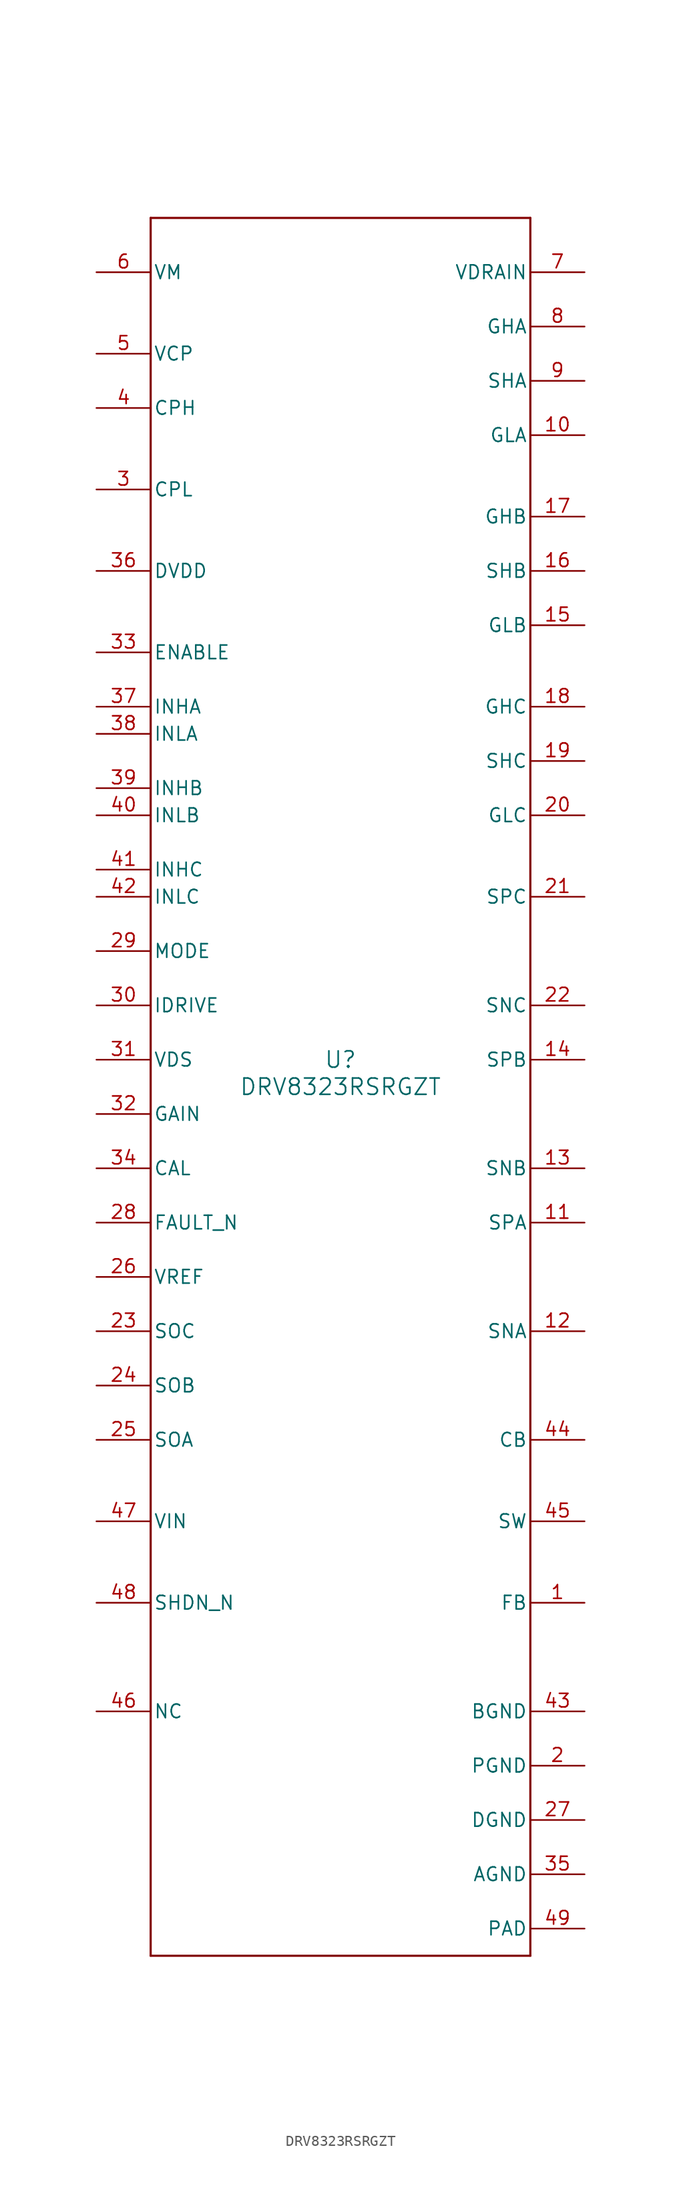
<source format=kicad_sym>
(kicad_symbol_lib
  (version 20211014)
  (generator kicad_symbol_editor)
  (symbol "DRV8323RSRGZT"
    (pin_names
      (offset 0.254))
    (property "Reference" "U"
      (at 0 2.54 0)
      (effects (font (size 1.524 1.524))))
    (property "Value" "DRV8323RSRGZT"
      (at 0 0 0)
      (effects (font (size 1.524 1.524))))
    (symbol "DRV8323RSRGZT_0_1"
      (polyline (pts (xy -17.78 -81.28) (xy 17.78 -81.28)) (stroke (width 0.203) (type default) (color 0 0 0 0)) (fill (type none)))
      (polyline (pts (xy 17.78 -81.28) (xy 17.78 81.28)) (stroke (width 0.203) (type default) (color 0 0 0 0)) (fill (type none)))
      (polyline (pts (xy 17.78 81.28) (xy -17.78 81.28)) (stroke (width 0.203) (type default) (color 0 0 0 0)) (fill (type none)))
      (polyline (pts (xy -17.78 81.28) (xy -17.78 -81.28)) (stroke (width 0.203) (type default) (color 0 0 0 0)) (fill (type none)))
      (pin input line (at 22.86 -48.26 180) (length 5.08) (name "FB" (effects (font (size 1.27 1.27)))) (number "1" (effects (font (size 1.27 1.27)))))
      (pin power_in line (at 22.86 -63.5 180) (length 5.08) (name "PGND" (effects (font (size 1.27 1.27)))) (number "2" (effects (font (size 1.27 1.27)))))
      (pin unspecified line (at -22.86 55.88 0) (length 5.08) (name "CPL" (effects (font (size 1.27 1.27)))) (number "3" (effects (font (size 1.27 1.27)))))
      (pin unspecified line (at -22.86 63.5 0) (length 5.08) (name "CPH" (effects (font (size 1.27 1.27)))) (number "4" (effects (font (size 1.27 1.27)))))
      (pin power_in line (at -22.86 68.58 0) (length 5.08) (name "VCP" (effects (font (size 1.27 1.27)))) (number "5" (effects (font (size 1.27 1.27)))))
      (pin power_in line (at -22.86 76.2 0) (length 5.08) (name "VM" (effects (font (size 1.27 1.27)))) (number "6" (effects (font (size 1.27 1.27)))))
      (pin input line (at 22.86 76.2 180) (length 5.08) (name "VDRAIN" (effects (font (size 1.27 1.27)))) (number "7" (effects (font (size 1.27 1.27)))))
      (pin output line (at 22.86 71.12 180) (length 5.08) (name "GHA" (effects (font (size 1.27 1.27)))) (number "8" (effects (font (size 1.27 1.27)))))
      (pin input line (at 22.86 66.04 180) (length 5.08) (name "SHA" (effects (font (size 1.27 1.27)))) (number "9" (effects (font (size 1.27 1.27)))))
      (pin output line (at 22.86 60.96 180) (length 5.08) (name "GLA" (effects (font (size 1.27 1.27)))) (number "10" (effects (font (size 1.27 1.27)))))
      (pin input line (at 22.86 -12.7 180) (length 5.08) (name "SPA" (effects (font (size 1.27 1.27)))) (number "11" (effects (font (size 1.27 1.27)))))
      (pin input line (at 22.86 -22.86 180) (length 5.08) (name "SNA" (effects (font (size 1.27 1.27)))) (number "12" (effects (font (size 1.27 1.27)))))
      (pin input line (at 22.86 -7.62 180) (length 5.08) (name "SNB" (effects (font (size 1.27 1.27)))) (number "13" (effects (font (size 1.27 1.27)))))
      (pin input line (at 22.86 2.54 180) (length 5.08) (name "SPB" (effects (font (size 1.27 1.27)))) (number "14" (effects (font (size 1.27 1.27)))))
      (pin output line (at 22.86 43.18 180) (length 5.08) (name "GLB" (effects (font (size 1.27 1.27)))) (number "15" (effects (font (size 1.27 1.27)))))
      (pin input line (at 22.86 48.26 180) (length 5.08) (name "SHB" (effects (font (size 1.27 1.27)))) (number "16" (effects (font (size 1.27 1.27)))))
      (pin output line (at 22.86 53.34 180) (length 5.08) (name "GHB" (effects (font (size 1.27 1.27)))) (number "17" (effects (font (size 1.27 1.27)))))
      (pin output line (at 22.86 35.56 180) (length 5.08) (name "GHC" (effects (font (size 1.27 1.27)))) (number "18" (effects (font (size 1.27 1.27)))))
      (pin input line (at 22.86 30.48 180) (length 5.08) (name "SHC" (effects (font (size 1.27 1.27)))) (number "19" (effects (font (size 1.27 1.27)))))
      (pin output line (at 22.86 25.4 180) (length 5.08) (name "GLC" (effects (font (size 1.27 1.27)))) (number "20" (effects (font (size 1.27 1.27)))))
      (pin input line (at 22.86 17.78 180) (length 5.08) (name "SPC" (effects (font (size 1.27 1.27)))) (number "21" (effects (font (size 1.27 1.27)))))
      (pin input line (at 22.86 7.62 180) (length 5.08) (name "SNC" (effects (font (size 1.27 1.27)))) (number "22" (effects (font (size 1.27 1.27)))))
      (pin output line (at -22.86 -22.86 0) (length 5.08) (name "SOC" (effects (font (size 1.27 1.27)))) (number "23" (effects (font (size 1.27 1.27)))))
      (pin output line (at -22.86 -27.94 0) (length 5.08) (name "SOB" (effects (font (size 1.27 1.27)))) (number "24" (effects (font (size 1.27 1.27)))))
      (pin output line (at -22.86 -33.02 0) (length 5.08) (name "SOA" (effects (font (size 1.27 1.27)))) (number "25" (effects (font (size 1.27 1.27)))))
      (pin input line (at -22.86 -17.78 0) (length 5.08) (name "VREF" (effects (font (size 1.27 1.27)))) (number "26" (effects (font (size 1.27 1.27)))))
      (pin power_in line (at 22.86 -68.58 180) (length 5.08) (name "DGND" (effects (font (size 1.27 1.27)))) (number "27" (effects (font (size 1.27 1.27)))))
      (pin open_collector line (at -22.86 -12.7 0) (length 5.08) (name "FAULT_N" (effects (font (size 1.27 1.27)))) (number "28" (effects (font (size 1.27 1.27)))))
      (pin unspecified line (at -22.86 12.7 0) (length 5.08) (name "MODE" (effects (font (size 1.27 1.27)))) (number "29" (effects (font (size 1.27 1.27)))))
      (pin input line (at -22.86 7.62 0) (length 5.08) (name "IDRIVE" (effects (font (size 1.27 1.27)))) (number "30" (effects (font (size 1.27 1.27)))))
      (pin input line (at -22.86 2.54 0) (length 5.08) (name "VDS" (effects (font (size 1.27 1.27)))) (number "31" (effects (font (size 1.27 1.27)))))
      (pin input line (at -22.86 -2.54 0) (length 5.08) (name "GAIN" (effects (font (size 1.27 1.27)))) (number "32" (effects (font (size 1.27 1.27)))))
      (pin input line (at -22.86 40.64 0) (length 5.08) (name "ENABLE" (effects (font (size 1.27 1.27)))) (number "33" (effects (font (size 1.27 1.27)))))
      (pin input line (at -22.86 -7.62 0) (length 5.08) (name "CAL" (effects (font (size 1.27 1.27)))) (number "34" (effects (font (size 1.27 1.27)))))
      (pin power_in line (at 22.86 -73.66 180) (length 5.08) (name "AGND" (effects (font (size 1.27 1.27)))) (number "35" (effects (font (size 1.27 1.27)))))
      (pin power_in line (at -22.86 48.26 0) (length 5.08) (name "DVDD" (effects (font (size 1.27 1.27)))) (number "36" (effects (font (size 1.27 1.27)))))
      (pin input line (at -22.86 35.56 0) (length 5.08) (name "INHA" (effects (font (size 1.27 1.27)))) (number "37" (effects (font (size 1.27 1.27)))))
      (pin input line (at -22.86 33.02 0) (length 5.08) (name "INLA" (effects (font (size 1.27 1.27)))) (number "38" (effects (font (size 1.27 1.27)))))
      (pin input line (at -22.86 27.94 0) (length 5.08) (name "INHB" (effects (font (size 1.27 1.27)))) (number "39" (effects (font (size 1.27 1.27)))))
      (pin input line (at -22.86 25.4 0) (length 5.08) (name "INLB" (effects (font (size 1.27 1.27)))) (number "40" (effects (font (size 1.27 1.27)))))
      (pin input line (at -22.86 20.32 0) (length 5.08) (name "INHC" (effects (font (size 1.27 1.27)))) (number "41" (effects (font (size 1.27 1.27)))))
      (pin input line (at -22.86 17.78 0) (length 5.08) (name "INLC" (effects (font (size 1.27 1.27)))) (number "42" (effects (font (size 1.27 1.27)))))
      (pin power_in line (at 22.86 -58.42 180) (length 5.08) (name "BGND" (effects (font (size 1.27 1.27)))) (number "43" (effects (font (size 1.27 1.27)))))
      (pin power_in line (at 22.86 -33.02 180) (length 5.08) (name "CB" (effects (font (size 1.27 1.27)))) (number "44" (effects (font (size 1.27 1.27)))))
      (pin power_in line (at 22.86 -40.64 180) (length 5.08) (name "SW" (effects (font (size 1.27 1.27)))) (number "45" (effects (font (size 1.27 1.27)))))
      (pin unspecified line (at -22.86 -58.42 0) (length 5.08) (name "NC" (effects (font (size 1.27 1.27)))) (number "46" (effects (font (size 1.27 1.27)))))
      (pin power_in line (at -22.86 -40.64 0) (length 5.08) (name "VIN" (effects (font (size 1.27 1.27)))) (number "47" (effects (font (size 1.27 1.27)))))
      (pin input line (at -22.86 -48.26 0) (length 5.08) (name "SHDN_N" (effects (font (size 1.27 1.27)))) (number "48" (effects (font (size 1.27 1.27)))))
      (pin power_in line (at 22.86 -78.74 180) (length 5.08) (name "PAD" (effects (font (size 1.27 1.27)))) (number "49" (effects (font (size 1.27 1.27))))))))
</source>
